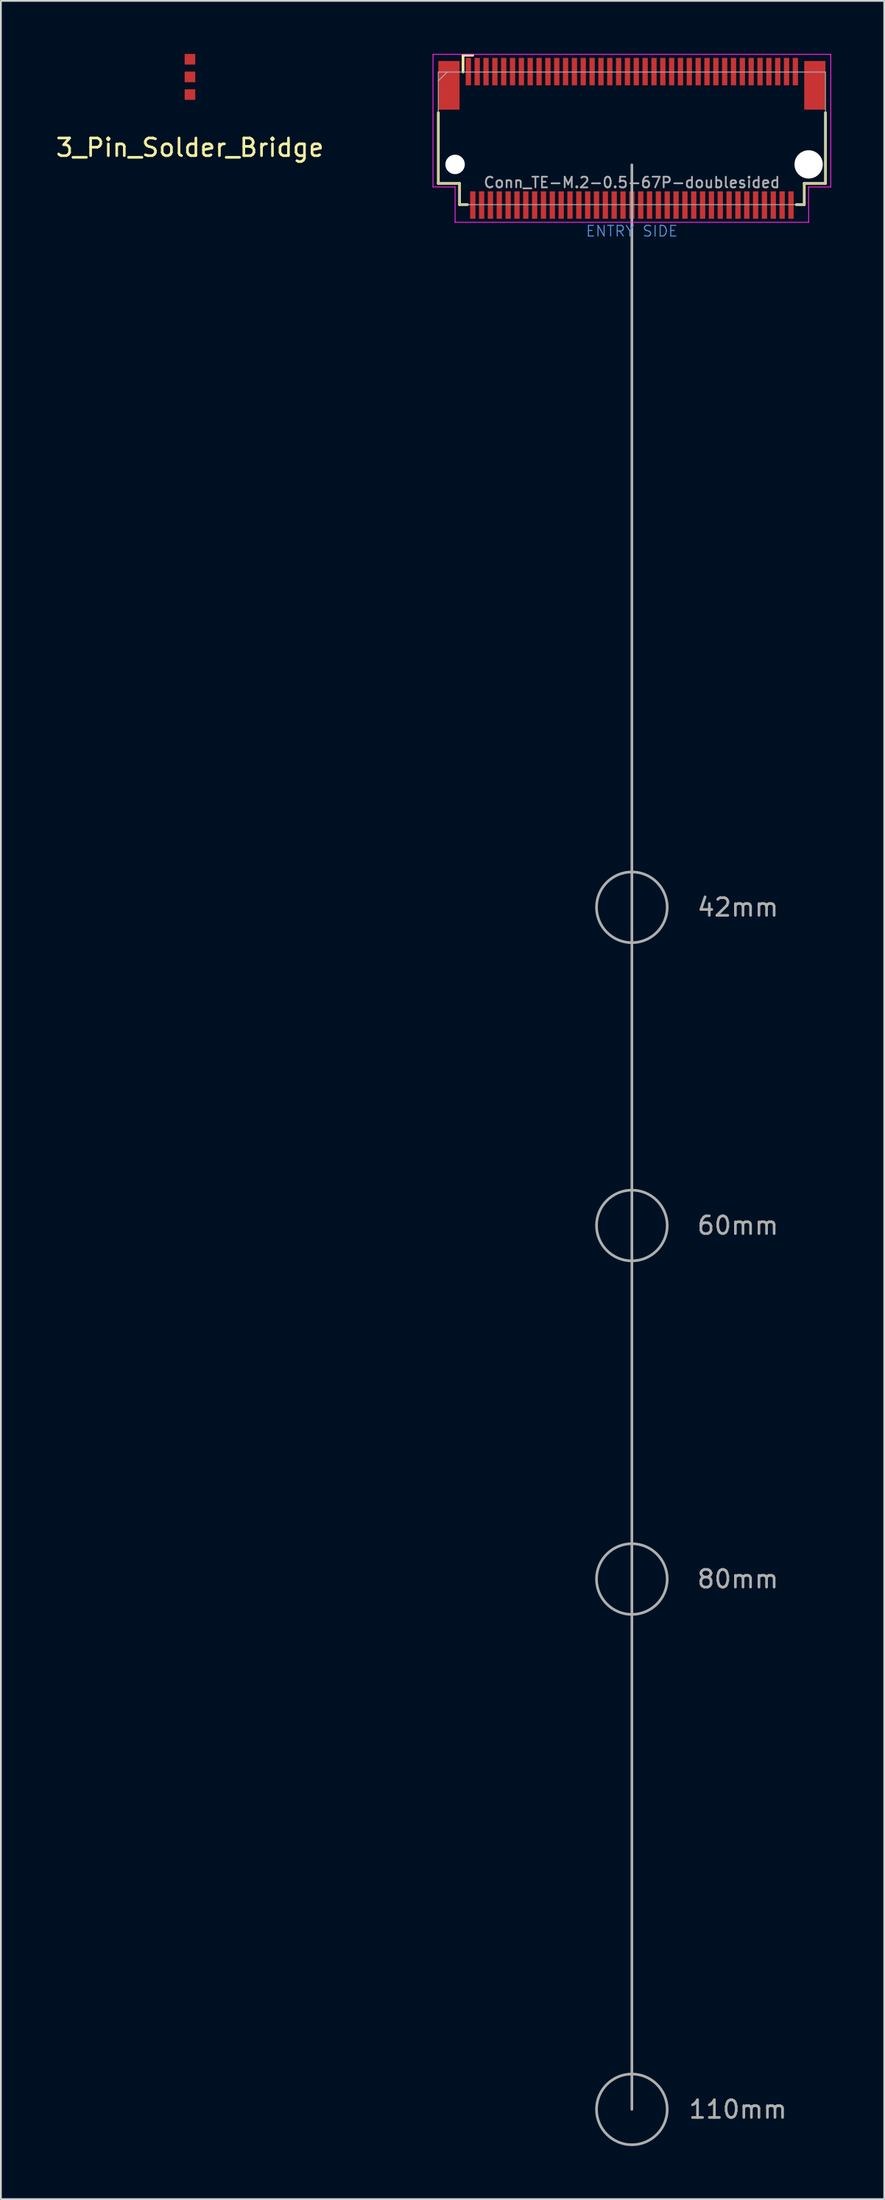
<source format=kicad_pcb>
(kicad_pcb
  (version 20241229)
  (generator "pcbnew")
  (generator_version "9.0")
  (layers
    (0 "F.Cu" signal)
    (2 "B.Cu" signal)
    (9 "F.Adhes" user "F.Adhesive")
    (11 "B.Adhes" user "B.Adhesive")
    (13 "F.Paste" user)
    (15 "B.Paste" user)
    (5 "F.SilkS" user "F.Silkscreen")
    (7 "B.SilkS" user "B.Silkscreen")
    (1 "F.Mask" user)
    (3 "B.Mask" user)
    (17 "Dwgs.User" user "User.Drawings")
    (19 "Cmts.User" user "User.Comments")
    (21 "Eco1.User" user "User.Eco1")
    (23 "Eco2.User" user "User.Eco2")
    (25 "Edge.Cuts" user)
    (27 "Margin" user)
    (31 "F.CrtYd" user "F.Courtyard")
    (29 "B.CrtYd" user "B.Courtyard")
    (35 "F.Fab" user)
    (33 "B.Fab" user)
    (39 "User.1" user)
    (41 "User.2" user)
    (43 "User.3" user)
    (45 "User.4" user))
  (footprint "Conn_TE-M.2-0.5-67P-doublesided"
    (layer "F.Cu")
    (at 32.694 6.275)
    (property "Reference" "Conn_TE-M.2-0.5-67P-doublesided" (at 0 1 0) (layer "F.Fab") (effects (font (size 0.6 0.6) (thickness 0.1))))
    (attr through_hole)
    (fp_line (start -10.95 1.05) (end -10.95 -2.95) (stroke (width 0.15) (type solid)) (layer "F.SilkS"))
    (fp_line (start -9.75 1.05) (end -10.95 1.05) (stroke (width 0.15) (type solid)) (layer "F.SilkS"))
    (fp_line (start -9.75 2.25) (end -9.75 1.05) (stroke (width 0.15) (type solid)) (layer "F.SilkS"))
    (fp_line (start -9.55 -6.2) (end -9 -6.2) (stroke (width 0.15) (type solid)) (layer "F.SilkS"))
    (fp_line (start -9.55 -5.25) (end -9.55 -6.2) (stroke (width 0.15) (type solid)) (layer "F.SilkS"))
    (fp_line (start -9.3 2.25) (end -9.75 2.25) (stroke (width 0.15) (type solid)) (layer "F.SilkS"))
    (fp_line (start 9.75 1.05) (end 9.75 2.25) (stroke (width 0.15) (type solid)) (layer "F.SilkS"))
    (fp_line (start 9.75 2.25) (end 9.3 2.25) (stroke (width 0.15) (type solid)) (layer "F.SilkS"))
    (fp_line (start 10.95 1.05) (end 9.75 1.05) (stroke (width 0.15) (type solid)) (layer "F.SilkS"))
    (fp_line (start 10.95 1.05) (end 10.95 -2.95) (stroke (width 0.15) (type solid)) (layer "F.SilkS"))
    (fp_line (start -11.25 -6.25) (end 11.25 -6.25) (stroke (width 0.05) (type solid)) (layer "F.CrtYd"))
    (fp_line (start -11.25 1.25) (end -11.25 -6.25) (stroke (width 0.05) (type solid)) (layer "F.CrtYd"))
    (fp_line (start -10 1.25) (end -11.25 1.25) (stroke (width 0.05) (type solid)) (layer "F.CrtYd"))
    (fp_line (start -10 3.25) (end -10 1.25) (stroke (width 0.05) (type solid)) (layer "F.CrtYd"))
    (fp_line (start 10 1.25) (end 10 3.25) (stroke (width 0.05) (type solid)) (layer "F.CrtYd"))
    (fp_line (start 10 3.25) (end -10 3.25) (stroke (width 0.05) (type solid)) (layer "F.CrtYd"))
    (fp_line (start 11.25 -6.25) (end 11.25 1.25) (stroke (width 0.05) (type solid)) (layer "F.CrtYd"))
    (fp_line (start 11.25 1.25) (end 10 1.25) (stroke (width 0.05) (type solid)) (layer "F.CrtYd"))
    (fp_line (start -10.95 -5.25) (end -10.95 1.05) (stroke (width 0.05) (type solid)) (layer "F.Fab"))
    (fp_line (start -10.95 -5.25) (end 10.95 -5.25) (stroke (width 0.05) (type solid)) (layer "F.Fab"))
    (fp_line (start -10.95 -4.75) (end -10.45 -5.25) (stroke (width 0.05) (type solid)) (layer "F.Fab"))
    (fp_line (start -10.95 1.05) (end -9.75 1.05) (stroke (width 0.05) (type solid)) (layer "F.Fab"))
    (fp_line (start -9.75 1.05) (end -9.75 2.25) (stroke (width 0.05) (type solid)) (layer "F.Fab"))
    (fp_line (start -9.75 2.25) (end 9.75 2.25) (stroke (width 0.05) (type solid)) (layer "F.Fab"))
    (fp_line (start 0 110) (end 0 0) (stroke (width 0.15) (type solid)) (layer "F.Fab"))
    (fp_line (start 9.75 1.05) (end 9.75 2.25) (stroke (width 0.05) (type solid)) (layer "F.Fab"))
    (fp_line (start 10.95 1.05) (end 9.75 1.05) (stroke (width 0.05) (type solid)) (layer "F.Fab"))
    (fp_line (start 10.95 1.05) (end 10.95 -5.25) (stroke (width 0.05) (type solid)) (layer "F.Fab"))
    (fp_circle (center 0 42) (end 2 42) (stroke (width 0.15) (type solid)) (fill no) (layer "F.Fab"))
    (fp_circle (center 0 60) (end 2 60) (stroke (width 0.15) (type solid)) (fill no) (layer "F.Fab"))
    (fp_circle (center 0 80) (end 2 80) (stroke (width 0.15) (type solid)) (fill no) (layer "F.Fab"))
    (fp_circle (center 0 110) (end 2 110) (stroke (width 0.15) (type solid)) (fill no) (layer "F.Fab"))
    (fp_text user "ENTRY SIDE" (at 0 3.75 0) (layer "Cmts.User") (effects (font (size 0.6 0.6) (thickness 0.06))))
    (fp_text user "${REFERENCE}" (at -10.1 -4.8 0) (layer "Eco1.User") (effects (font (size 0.3 0.3) (thickness 0.03))))
    (fp_text user "42mm" (at 6 42 0) (layer "F.Fab") (effects (font (size 1 1) (thickness 0.15))))
    (fp_text user "110mm" (at 6 110 0) (layer "F.Fab") (effects (font (size 1 1) (thickness 0.15))))
    (fp_text user "60mm" (at 6 60 0) (layer "F.Fab") (effects (font (size 1 1) (thickness 0.15))))
    (fp_text user "80mm" (at 6 80 0) (layer "F.Fab") (effects (font (size 1 1) (thickness 0.15))))
    (pad "" smd rect (at -10.35 -4.5) (size 1.2 2.75) (layers "F.Cu" "F.Mask" "F.Paste"))
    (pad "" np_thru_hole circle (at -10 -0.025) (size 1.1 1.1) (drill 1.1) (layers "*.Cu"))
    (pad "" np_thru_hole circle (at 10 -0.025) (size 1.6 1.6) (drill 1.6) (layers "*.Cu"))
    (pad "" smd rect (at 10.35 -4.5) (size 1.2 2.75) (layers "F.Cu" "F.Mask" "F.Paste"))
    (pad "1" smd rect (at -9.25 -5.275) (size 0.3 1.55) (layers "F.Cu" "F.Mask" "F.Paste"))
    (pad "2" smd rect (at -9 2.275) (size 0.3 1.55) (layers "F.Cu" "F.Mask" "F.Paste"))
    (pad "3" smd rect (at -8.75 -5.275) (size 0.3 1.55) (layers "F.Cu" "F.Mask" "F.Paste"))
    (pad "4" smd rect (at -8.5 2.275) (size 0.3 1.55) (layers "F.Cu" "F.Mask" "F.Paste"))
    (pad "5" smd rect (at -8.25 -5.275) (size 0.3 1.55) (layers "F.Cu" "F.Mask" "F.Paste"))
    (pad "6" smd rect (at -8 2.275) (size 0.3 1.55) (layers "F.Cu" "F.Mask" "F.Paste"))
    (pad "7" smd rect (at -7.75 -5.275) (size 0.3 1.55) (layers "F.Cu" "F.Mask" "F.Paste"))
    (pad "8" smd rect (at -7.5 2.275) (size 0.3 1.55) (layers "F.Cu" "F.Mask" "F.Paste"))
    (pad "9" smd rect (at -7.25 -5.275) (size 0.3 1.55) (layers "F.Cu" "F.Mask" "F.Paste"))
    (pad "10" smd rect (at -7 2.275) (size 0.3 1.55) (layers "F.Cu" "F.Mask" "F.Paste"))
    (pad "11" smd rect (at -6.75 -5.275) (size 0.3 1.55) (layers "F.Cu" "F.Mask" "F.Paste"))
    (pad "12" smd rect (at -6.5 2.275) (size 0.3 1.55) (layers "F.Cu" "F.Mask" "F.Paste"))
    (pad "13" smd rect (at -6.25 -5.275) (size 0.3 1.55) (layers "F.Cu" "F.Mask" "F.Paste"))
    (pad "14" smd rect (at -6 2.275) (size 0.3 1.55) (layers "F.Cu" "F.Mask" "F.Paste"))
    (pad "15" smd rect (at -5.75 -5.275) (size 0.3 1.55) (layers "F.Cu" "F.Mask" "F.Paste"))
    (pad "16" smd rect (at -5.5 2.275) (size 0.3 1.55) (layers "F.Cu" "F.Mask" "F.Paste"))
    (pad "17" smd rect (at -5.25 -5.275) (size 0.3 1.55) (layers "F.Cu" "F.Mask" "F.Paste"))
    (pad "18" smd rect (at -5 2.275) (size 0.3 1.55) (layers "F.Cu" "F.Mask" "F.Paste"))
    (pad "19" smd rect (at -4.75 -5.275) (size 0.3 1.55) (layers "F.Cu" "F.Mask" "F.Paste"))
    (pad "20" smd rect (at -4.5 2.275) (size 0.3 1.55) (layers "F.Cu" "F.Mask" "F.Paste"))
    (pad "21" smd rect (at -4.25 -5.275) (size 0.3 1.55) (layers "F.Cu" "F.Mask" "F.Paste"))
    (pad "22" smd rect (at -4 2.275) (size 0.3 1.55) (layers "F.Cu" "F.Mask" "F.Paste"))
    (pad "23" smd rect (at -3.75 -5.275) (size 0.3 1.55) (layers "F.Cu" "F.Mask" "F.Paste"))
    (pad "24" smd rect (at -3.5 2.275) (size 0.3 1.55) (layers "F.Cu" "F.Mask" "F.Paste"))
    (pad "25" smd rect (at -3.25 -5.275) (size 0.3 1.55) (layers "F.Cu" "F.Mask" "F.Paste"))
    (pad "26" smd rect (at -3 2.275) (size 0.3 1.55) (layers "F.Cu" "F.Mask" "F.Paste"))
    (pad "27" smd rect (at -2.75 -5.275) (size 0.3 1.55) (layers "F.Cu" "F.Mask" "F.Paste"))
    (pad "28" smd rect (at -2.5 2.275) (size 0.3 1.55) (layers "F.Cu" "F.Mask" "F.Paste"))
    (pad "29" smd rect (at -2.25 -5.275) (size 0.3 1.55) (layers "F.Cu" "F.Mask" "F.Paste"))
    (pad "30" smd rect (at -2 2.275) (size 0.3 1.55) (layers "F.Cu" "F.Mask" "F.Paste"))
    (pad "31" smd rect (at -1.75 -5.275) (size 0.3 1.55) (layers "F.Cu" "F.Mask" "F.Paste"))
    (pad "32" smd rect (at -1.5 2.275) (size 0.3 1.55) (layers "F.Cu" "F.Mask" "F.Paste"))
    (pad "33" smd rect (at -1.25 -5.275) (size 0.3 1.55) (layers "F.Cu" "F.Mask" "F.Paste"))
    (pad "34" smd rect (at -1 2.275) (size 0.3 1.55) (layers "F.Cu" "F.Mask" "F.Paste"))
    (pad "35" smd rect (at -0.75 -5.275) (size 0.3 1.55) (layers "F.Cu" "F.Mask" "F.Paste"))
    (pad "36" smd rect (at -0.5 2.275) (size 0.3 1.55) (layers "F.Cu" "F.Mask" "F.Paste"))
    (pad "37" smd rect (at -0.25 -5.275) (size 0.3 1.55) (layers "F.Cu" "F.Mask" "F.Paste"))
    (pad "38" smd rect (at 0 2.275) (size 0.3 1.55) (layers "F.Cu" "F.Mask" "F.Paste"))
    (pad "39" smd rect (at 0.25 -5.275) (size 0.3 1.55) (layers "F.Cu" "F.Mask" "F.Paste"))
    (pad "40" smd rect (at 0.5 2.275) (size 0.3 1.55) (layers "F.Cu" "F.Mask" "F.Paste"))
    (pad "41" smd rect (at 0.75 -5.275) (size 0.3 1.55) (layers "F.Cu" "F.Mask" "F.Paste"))
    (pad "42" smd rect (at 1 2.275) (size 0.3 1.55) (layers "F.Cu" "F.Mask" "F.Paste"))
    (pad "43" smd rect (at 1.25 -5.275) (size 0.3 1.55) (layers "F.Cu" "F.Mask" "F.Paste"))
    (pad "44" smd rect (at 1.5 2.275) (size 0.3 1.55) (layers "F.Cu" "F.Mask" "F.Paste"))
    (pad "45" smd rect (at 1.75 -5.275) (size 0.3 1.55) (layers "F.Cu" "F.Mask" "F.Paste"))
    (pad "46" smd rect (at 2 2.275) (size 0.3 1.55) (layers "F.Cu" "F.Mask" "F.Paste"))
    (pad "47" smd rect (at 2.25 -5.275) (size 0.3 1.55) (layers "F.Cu" "F.Mask" "F.Paste"))
    (pad "48" smd rect (at 2.5 2.275) (size 0.3 1.55) (layers "F.Cu" "F.Mask" "F.Paste"))
    (pad "49" smd rect (at 2.75 -5.275) (size 0.3 1.55) (layers "F.Cu" "F.Mask" "F.Paste"))
    (pad "50" smd rect (at 3 2.275) (size 0.3 1.55) (layers "F.Cu" "F.Mask" "F.Paste"))
    (pad "51" smd rect (at 3.25 -5.275) (size 0.3 1.55) (layers "F.Cu" "F.Mask" "F.Paste"))
    (pad "52" smd rect (at 3.5 2.275) (size 0.3 1.55) (layers "F.Cu" "F.Mask" "F.Paste"))
    (pad "53" smd rect (at 3.75 -5.275) (size 0.3 1.55) (layers "F.Cu" "F.Mask" "F.Paste"))
    (pad "54" smd rect (at 4 2.275) (size 0.3 1.55) (layers "F.Cu" "F.Mask" "F.Paste"))
    (pad "55" smd rect (at 4.25 -5.275) (size 0.3 1.55) (layers "F.Cu" "F.Mask" "F.Paste"))
    (pad "56" smd rect (at 4.5 2.275) (size 0.3 1.55) (layers "F.Cu" "F.Mask" "F.Paste"))
    (pad "57" smd rect (at 4.75 -5.275) (size 0.3 1.55) (layers "F.Cu" "F.Mask" "F.Paste"))
    (pad "58" smd rect (at 5 2.275) (size 0.3 1.55) (layers "F.Cu" "F.Mask" "F.Paste"))
    (pad "59" smd rect (at 5.25 -5.275) (size 0.3 1.55) (layers "F.Cu" "F.Mask" "F.Paste"))
    (pad "60" smd rect (at 5.5 2.275) (size 0.3 1.55) (layers "F.Cu" "F.Mask" "F.Paste"))
    (pad "61" smd rect (at 5.75 -5.275) (size 0.3 1.55) (layers "F.Cu" "F.Mask" "F.Paste"))
    (pad "62" smd rect (at 6 2.275) (size 0.3 1.55) (layers "F.Cu" "F.Mask" "F.Paste"))
    (pad "63" smd rect (at 6.25 -5.275) (size 0.3 1.55) (layers "F.Cu" "F.Mask" "F.Paste"))
    (pad "64" smd rect (at 6.5 2.275) (size 0.3 1.55) (layers "F.Cu" "F.Mask" "F.Paste"))
    (pad "65" smd rect (at 6.75 -5.275) (size 0.3 1.55) (layers "F.Cu" "F.Mask" "F.Paste"))
    (pad "66" smd rect (at 7 2.275) (size 0.3 1.55) (layers "F.Cu" "F.Mask" "F.Paste"))
    (pad "67" smd rect (at 7.25 -5.275) (size 0.3 1.55) (layers "F.Cu" "F.Mask" "F.Paste"))
    (pad "68" smd rect (at 7.5 2.275) (size 0.3 1.55) (layers "F.Cu" "F.Mask" "F.Paste"))
    (pad "69" smd rect (at 7.75 -5.275) (size 0.3 1.55) (layers "F.Cu" "F.Mask" "F.Paste"))
    (pad "70" smd rect (at 8 2.275) (size 0.3 1.55) (layers "F.Cu" "F.Mask" "F.Paste"))
    (pad "71" smd rect (at 8.25 -5.275) (size 0.3 1.55) (layers "F.Cu" "F.Mask" "F.Paste"))
    (pad "72" smd rect (at 8.5 2.275) (size 0.3 1.55) (layers "F.Cu" "F.Mask" "F.Paste"))
    (pad "73" smd rect (at 8.75 -5.275) (size 0.3 1.55) (layers "F.Cu" "F.Mask" "F.Paste"))
    (pad "74" smd rect (at 9 2.275) (size 0.3 1.55) (layers "F.Cu" "F.Mask" "F.Paste"))
    (pad "75" smd rect (at 9.25 -5.275) (size 0.3 1.55) (layers "F.Cu" "F.Mask" "F.Paste")))
  (footprint "3_Pin_Solder_Bridge"
    (layer "F.Cu")
    (at 7.696 1.3)
    (property "Reference" "3_Pin_Solder_Bridge" (at 0 4 0) (layer "F.SilkS") (effects (font (size 1 1) (thickness 0.15))))
    (attr through_hole)
    (pad "1" smd rect (at 0 -1) (size 0.6 0.6) (layers "F.Cu" "F.Mask" "F.Paste"))
    (pad "2" smd rect (at 0 0) (size 0.6 0.6) (layers "F.Cu" "F.Mask" "F.Paste"))
    (pad "3" smd rect (at 0 1) (size 0.6 0.6) (layers "F.Cu" "F.Mask" "F.Paste")))
  (gr_rect
    (start -3 -3)
    (end 46.969 121.35)
    (stroke (width 0.1) (type default))
    (fill no)
    (layer "Edge.Cuts")))
</source>
